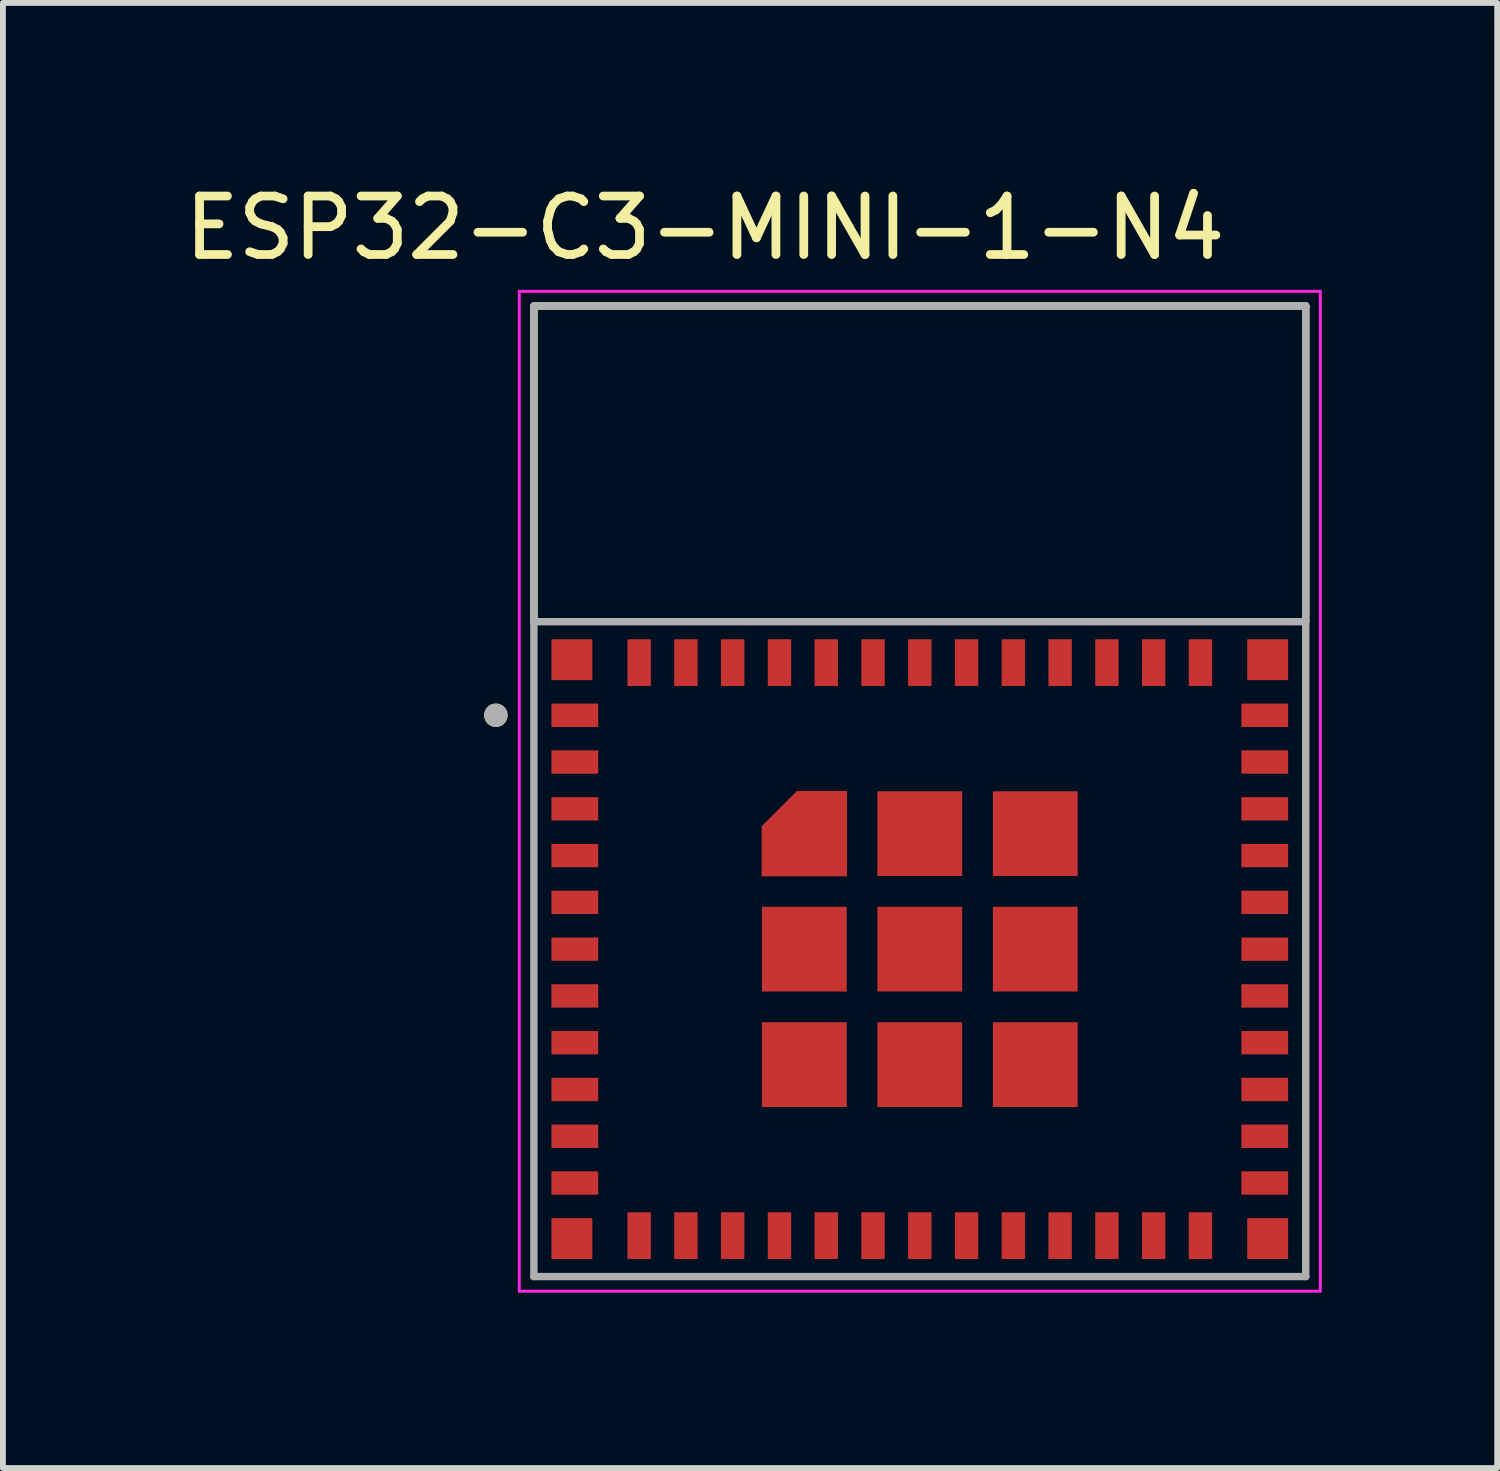
<source format=kicad_pcb>
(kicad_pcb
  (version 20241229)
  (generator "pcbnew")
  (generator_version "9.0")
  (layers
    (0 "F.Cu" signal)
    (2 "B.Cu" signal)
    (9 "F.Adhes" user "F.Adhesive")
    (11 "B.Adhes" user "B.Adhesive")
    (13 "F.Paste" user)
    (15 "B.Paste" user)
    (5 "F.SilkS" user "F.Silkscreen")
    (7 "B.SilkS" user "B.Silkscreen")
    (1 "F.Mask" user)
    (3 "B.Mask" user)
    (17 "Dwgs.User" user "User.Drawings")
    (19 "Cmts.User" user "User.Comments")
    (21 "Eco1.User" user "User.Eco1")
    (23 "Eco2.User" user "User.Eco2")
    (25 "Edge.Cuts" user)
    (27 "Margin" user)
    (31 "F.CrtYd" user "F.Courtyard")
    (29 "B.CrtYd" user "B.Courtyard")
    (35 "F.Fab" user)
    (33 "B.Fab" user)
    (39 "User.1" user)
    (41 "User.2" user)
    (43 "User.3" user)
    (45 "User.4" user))
  (footprint "ESP32-C3-MINI-1-N4"
    (layer "F.Cu")
    (at 12.681 10.483)
    (property "Reference" "ESP32-C3-MINI-1-N4" (at -3.675 -9.635 0) (layer "F.SilkS") (effects (font (size 1 1) (thickness 0.15))))
    (attr through_hole)
    (fp_line (start -6.6 -8.3) (end 6.6 -8.3) (stroke (width 0.127) (type solid)) (layer "F.SilkS"))
    (fp_line (start -6.6 -2.92) (end -6.6 -8.3) (stroke (width 0.127) (type solid)) (layer "F.SilkS"))
    (fp_line (start 6.6 -8.3) (end 6.6 -2.92) (stroke (width 0.127) (type solid)) (layer "F.SilkS"))
    (fp_circle (center -7.25 -1.3) (end -7.15 -1.3) (stroke (width 0.2) (type solid)) (fill no) (layer "F.SilkS"))
    (fp_line (start -6.85 -8.55) (end -6.85 8.55) (stroke (width 0.05) (type solid)) (layer "F.CrtYd"))
    (fp_line (start -6.85 8.55) (end 6.85 8.55) (stroke (width 0.05) (type solid)) (layer "F.CrtYd"))
    (fp_line (start 6.85 -8.55) (end -6.85 -8.55) (stroke (width 0.05) (type solid)) (layer "F.CrtYd"))
    (fp_line (start 6.85 8.55) (end 6.85 -8.55) (stroke (width 0.05) (type solid)) (layer "F.CrtYd"))
    (fp_line (start -6.6 -8.3) (end 6.6 -8.3) (stroke (width 0.127) (type solid)) (layer "F.Fab"))
    (fp_line (start -6.6 -2.9) (end -6.6 -8.3) (stroke (width 0.127) (type solid)) (layer "F.Fab"))
    (fp_line (start -6.6 -2.9) (end 6.6 -2.9) (stroke (width 0.127) (type solid)) (layer "F.Fab"))
    (fp_line (start -6.6 8.3) (end -6.6 -2.9) (stroke (width 0.127) (type solid)) (layer "F.Fab"))
    (fp_line (start 6.6 -8.3) (end 6.6 -2.9) (stroke (width 0.127) (type solid)) (layer "F.Fab"))
    (fp_line (start 6.6 -2.9) (end 6.6 8.3) (stroke (width 0.127) (type solid)) (layer "F.Fab"))
    (fp_line (start 6.6 8.3) (end -6.6 8.3) (stroke (width 0.127) (type solid)) (layer "F.Fab"))
    (fp_circle (center -7.25 -1.3) (end -7.15 -1.3) (stroke (width 0.2) (type solid)) (fill no) (layer "F.Fab"))
    (pad "1" smd rect (at -5.9 -1.3) (size 0.8 0.4) (layers "F.Cu" "F.Mask" "F.Paste"))
    (pad "2" smd rect (at -5.9 -0.5) (size 0.8 0.4) (layers "F.Cu" "F.Mask" "F.Paste"))
    (pad "3" smd rect (at -5.9 0.3) (size 0.8 0.4) (layers "F.Cu" "F.Mask" "F.Paste"))
    (pad "4" smd rect (at -5.9 1.1) (size 0.8 0.4) (layers "F.Cu" "F.Mask" "F.Paste"))
    (pad "5" smd rect (at -5.9 1.9) (size 0.8 0.4) (layers "F.Cu" "F.Mask" "F.Paste"))
    (pad "6" smd rect (at -5.9 2.7) (size 0.8 0.4) (layers "F.Cu" "F.Mask" "F.Paste"))
    (pad "7" smd rect (at -5.9 3.5) (size 0.8 0.4) (layers "F.Cu" "F.Mask" "F.Paste"))
    (pad "8" smd rect (at -5.9 4.3) (size 0.8 0.4) (layers "F.Cu" "F.Mask" "F.Paste"))
    (pad "9" smd rect (at -5.9 5.1) (size 0.8 0.4) (layers "F.Cu" "F.Mask" "F.Paste"))
    (pad "10" smd rect (at -5.9 5.9) (size 0.8 0.4) (layers "F.Cu" "F.Mask" "F.Paste"))
    (pad "11" smd rect (at -5.9 6.7) (size 0.8 0.4) (layers "F.Cu" "F.Mask" "F.Paste"))
    (pad "12" smd rect (at -4.8 7.6) (size 0.4 0.8) (layers "F.Cu" "F.Mask" "F.Paste"))
    (pad "13" smd rect (at -4 7.6) (size 0.4 0.8) (layers "F.Cu" "F.Mask" "F.Paste"))
    (pad "14" smd rect (at -3.2 7.6) (size 0.4 0.8) (layers "F.Cu" "F.Mask" "F.Paste"))
    (pad "15" smd rect (at -2.4 7.6) (size 0.4 0.8) (layers "F.Cu" "F.Mask" "F.Paste"))
    (pad "16" smd rect (at -1.6 7.6) (size 0.4 0.8) (layers "F.Cu" "F.Mask" "F.Paste"))
    (pad "17" smd rect (at -0.8 7.6) (size 0.4 0.8) (layers "F.Cu" "F.Mask" "F.Paste"))
    (pad "18" smd rect (at 0 7.6) (size 0.4 0.8) (layers "F.Cu" "F.Mask" "F.Paste"))
    (pad "19" smd rect (at 0.8 7.6) (size 0.4 0.8) (layers "F.Cu" "F.Mask" "F.Paste"))
    (pad "20" smd rect (at 1.6 7.6) (size 0.4 0.8) (layers "F.Cu" "F.Mask" "F.Paste"))
    (pad "21" smd rect (at 2.4 7.6) (size 0.4 0.8) (layers "F.Cu" "F.Mask" "F.Paste"))
    (pad "22" smd rect (at 3.2 7.6) (size 0.4 0.8) (layers "F.Cu" "F.Mask" "F.Paste"))
    (pad "23" smd rect (at 4 7.6) (size 0.4 0.8) (layers "F.Cu" "F.Mask" "F.Paste"))
    (pad "24" smd rect (at 4.8 7.6) (size 0.4 0.8) (layers "F.Cu" "F.Mask" "F.Paste"))
    (pad "25" smd rect (at 5.9 6.7) (size 0.8 0.4) (layers "F.Cu" "F.Mask" "F.Paste"))
    (pad "26" smd rect (at 5.9 5.9) (size 0.8 0.4) (layers "F.Cu" "F.Mask" "F.Paste"))
    (pad "27" smd rect (at 5.9 5.1) (size 0.8 0.4) (layers "F.Cu" "F.Mask" "F.Paste"))
    (pad "28" smd rect (at 5.9 4.3) (size 0.8 0.4) (layers "F.Cu" "F.Mask" "F.Paste"))
    (pad "29" smd rect (at 5.9 3.5) (size 0.8 0.4) (layers "F.Cu" "F.Mask" "F.Paste"))
    (pad "30" smd rect (at 5.9 2.7) (size 0.8 0.4) (layers "F.Cu" "F.Mask" "F.Paste"))
    (pad "31" smd rect (at 5.9 1.9) (size 0.8 0.4) (layers "F.Cu" "F.Mask" "F.Paste"))
    (pad "32" smd rect (at 5.9 1.1) (size 0.8 0.4) (layers "F.Cu" "F.Mask" "F.Paste"))
    (pad "33" smd rect (at 5.9 0.3) (size 0.8 0.4) (layers "F.Cu" "F.Mask" "F.Paste"))
    (pad "34" smd rect (at 5.9 -0.5) (size 0.8 0.4) (layers "F.Cu" "F.Mask" "F.Paste"))
    (pad "35" smd rect (at 5.9 -1.3) (size 0.8 0.4) (layers "F.Cu" "F.Mask" "F.Paste"))
    (pad "36" smd rect (at 4.8 -2.2) (size 0.4 0.8) (layers "F.Cu" "F.Mask" "F.Paste"))
    (pad "37" smd rect (at 4 -2.2) (size 0.4 0.8) (layers "F.Cu" "F.Mask" "F.Paste"))
    (pad "38" smd rect (at 3.2 -2.2) (size 0.4 0.8) (layers "F.Cu" "F.Mask" "F.Paste"))
    (pad "39" smd rect (at 2.4 -2.2) (size 0.4 0.8) (layers "F.Cu" "F.Mask" "F.Paste"))
    (pad "40" smd rect (at 1.6 -2.2) (size 0.4 0.8) (layers "F.Cu" "F.Mask" "F.Paste"))
    (pad "41" smd rect (at 0.8 -2.2) (size 0.4 0.8) (layers "F.Cu" "F.Mask" "F.Paste"))
    (pad "42" smd rect (at 0 -2.2) (size 0.4 0.8) (layers "F.Cu" "F.Mask" "F.Paste"))
    (pad "43" smd rect (at -0.8 -2.2) (size 0.4 0.8) (layers "F.Cu" "F.Mask" "F.Paste"))
    (pad "44" smd rect (at -1.6 -2.2) (size 0.4 0.8) (layers "F.Cu" "F.Mask" "F.Paste"))
    (pad "45" smd rect (at -2.4 -2.2) (size 0.4 0.8) (layers "F.Cu" "F.Mask" "F.Paste"))
    (pad "46" smd rect (at -3.2 -2.2) (size 0.4 0.8) (layers "F.Cu" "F.Mask" "F.Paste"))
    (pad "47" smd rect (at -4 -2.2) (size 0.4 0.8) (layers "F.Cu" "F.Mask" "F.Paste"))
    (pad "48" smd rect (at -4.8 -2.2) (size 0.4 0.8) (layers "F.Cu" "F.Mask" "F.Paste"))
    (pad "49_1" smd custom (at -1.975 0.725) (size 0.6 0.6) (layers "F.Cu" "F.Mask" "F.Paste") (options (anchor rect)) (primitives (gr_poly (pts (xy 0.725 0.725) (xy -0.725 0.725) (xy -0.725 -0.125) (xy -0.125 -0.725) (xy 0.725 -0.725)) (width 0.01) (fill yes))))
    (pad "49_2" smd rect (at 0 0.725) (size 1.45 1.45) (layers "F.Cu" "F.Mask" "F.Paste"))
    (pad "49_3" smd rect (at 1.975 0.725) (size 1.45 1.45) (layers "F.Cu" "F.Mask" "F.Paste"))
    (pad "49_4" smd rect (at 1.975 2.7) (size 1.45 1.45) (layers "F.Cu" "F.Mask" "F.Paste"))
    (pad "49_5" smd rect (at 1.975 4.675) (size 1.45 1.45) (layers "F.Cu" "F.Mask" "F.Paste"))
    (pad "49_6" smd rect (at 0 4.675) (size 1.45 1.45) (layers "F.Cu" "F.Mask" "F.Paste"))
    (pad "49_7" smd rect (at -1.975 4.675) (size 1.45 1.45) (layers "F.Cu" "F.Mask" "F.Paste"))
    (pad "49_8" smd rect (at -1.975 2.7) (size 1.45 1.45) (layers "F.Cu" "F.Mask" "F.Paste"))
    (pad "49_9" smd rect (at 0 2.7) (size 1.45 1.45) (layers "F.Cu" "F.Mask" "F.Paste"))
    (pad "50" smd rect (at 5.95 -2.25) (size 0.7 0.7) (layers "F.Cu" "F.Mask" "F.Paste"))
    (pad "51" smd rect (at 5.95 7.65) (size 0.7 0.7) (layers "F.Cu" "F.Mask" "F.Paste"))
    (pad "52" smd rect (at -5.95 7.65) (size 0.7 0.7) (layers "F.Cu" "F.Mask" "F.Paste"))
    (pad "53" smd rect (at -5.95 -2.25) (size 0.7 0.7) (layers "F.Cu" "F.Mask" "F.Paste"))
    (zone (net_name "") (layer "F.Cu") (hatch full 0.508) (connect_pads) (min_thickness 0.01) (filled_areas_thickness no) (keepout (tracks not_allowed) (vias not_allowed) (pads not_allowed) (copperpour not_allowed) (footprints allowed)) (placement (enabled no)) (fill) (polygon (pts (xy 6.081 2.183) (xy 19.281 2.183) (xy 19.281 7.583) (xy 6.081 7.583))))
    (zone (net_name "") (layers "F.Cu" "B.Cu") (hatch full 0.508) (connect_pads) (min_thickness 0.01) (filled_areas_thickness no) (keepout (tracks allowed) (vias not_allowed) (pads allowed) (copperpour allowed) (footprints allowed)) (placement (enabled no)) (fill) (polygon (pts (xy 6.081 2.183) (xy 19.281 2.183) (xy 19.281 7.583) (xy 6.081 7.583))))
    (zone (net_name "") (layer "B.Cu") (hatch full 0.508) (connect_pads) (min_thickness 0.01) (filled_areas_thickness no) (keepout (tracks not_allowed) (vias not_allowed) (pads not_allowed) (copperpour not_allowed) (footprints allowed)) (placement (enabled no)) (fill) (polygon (pts (xy 6.081 2.183) (xy 19.281 2.183) (xy 19.281 7.583) (xy 6.081 7.583)))))
  (gr_rect
    (start -3 -3)
    (end 22.556 22.058)
    (stroke (width 0.1) (type default))
    (fill no)
    (layer "Edge.Cuts")))
</source>
